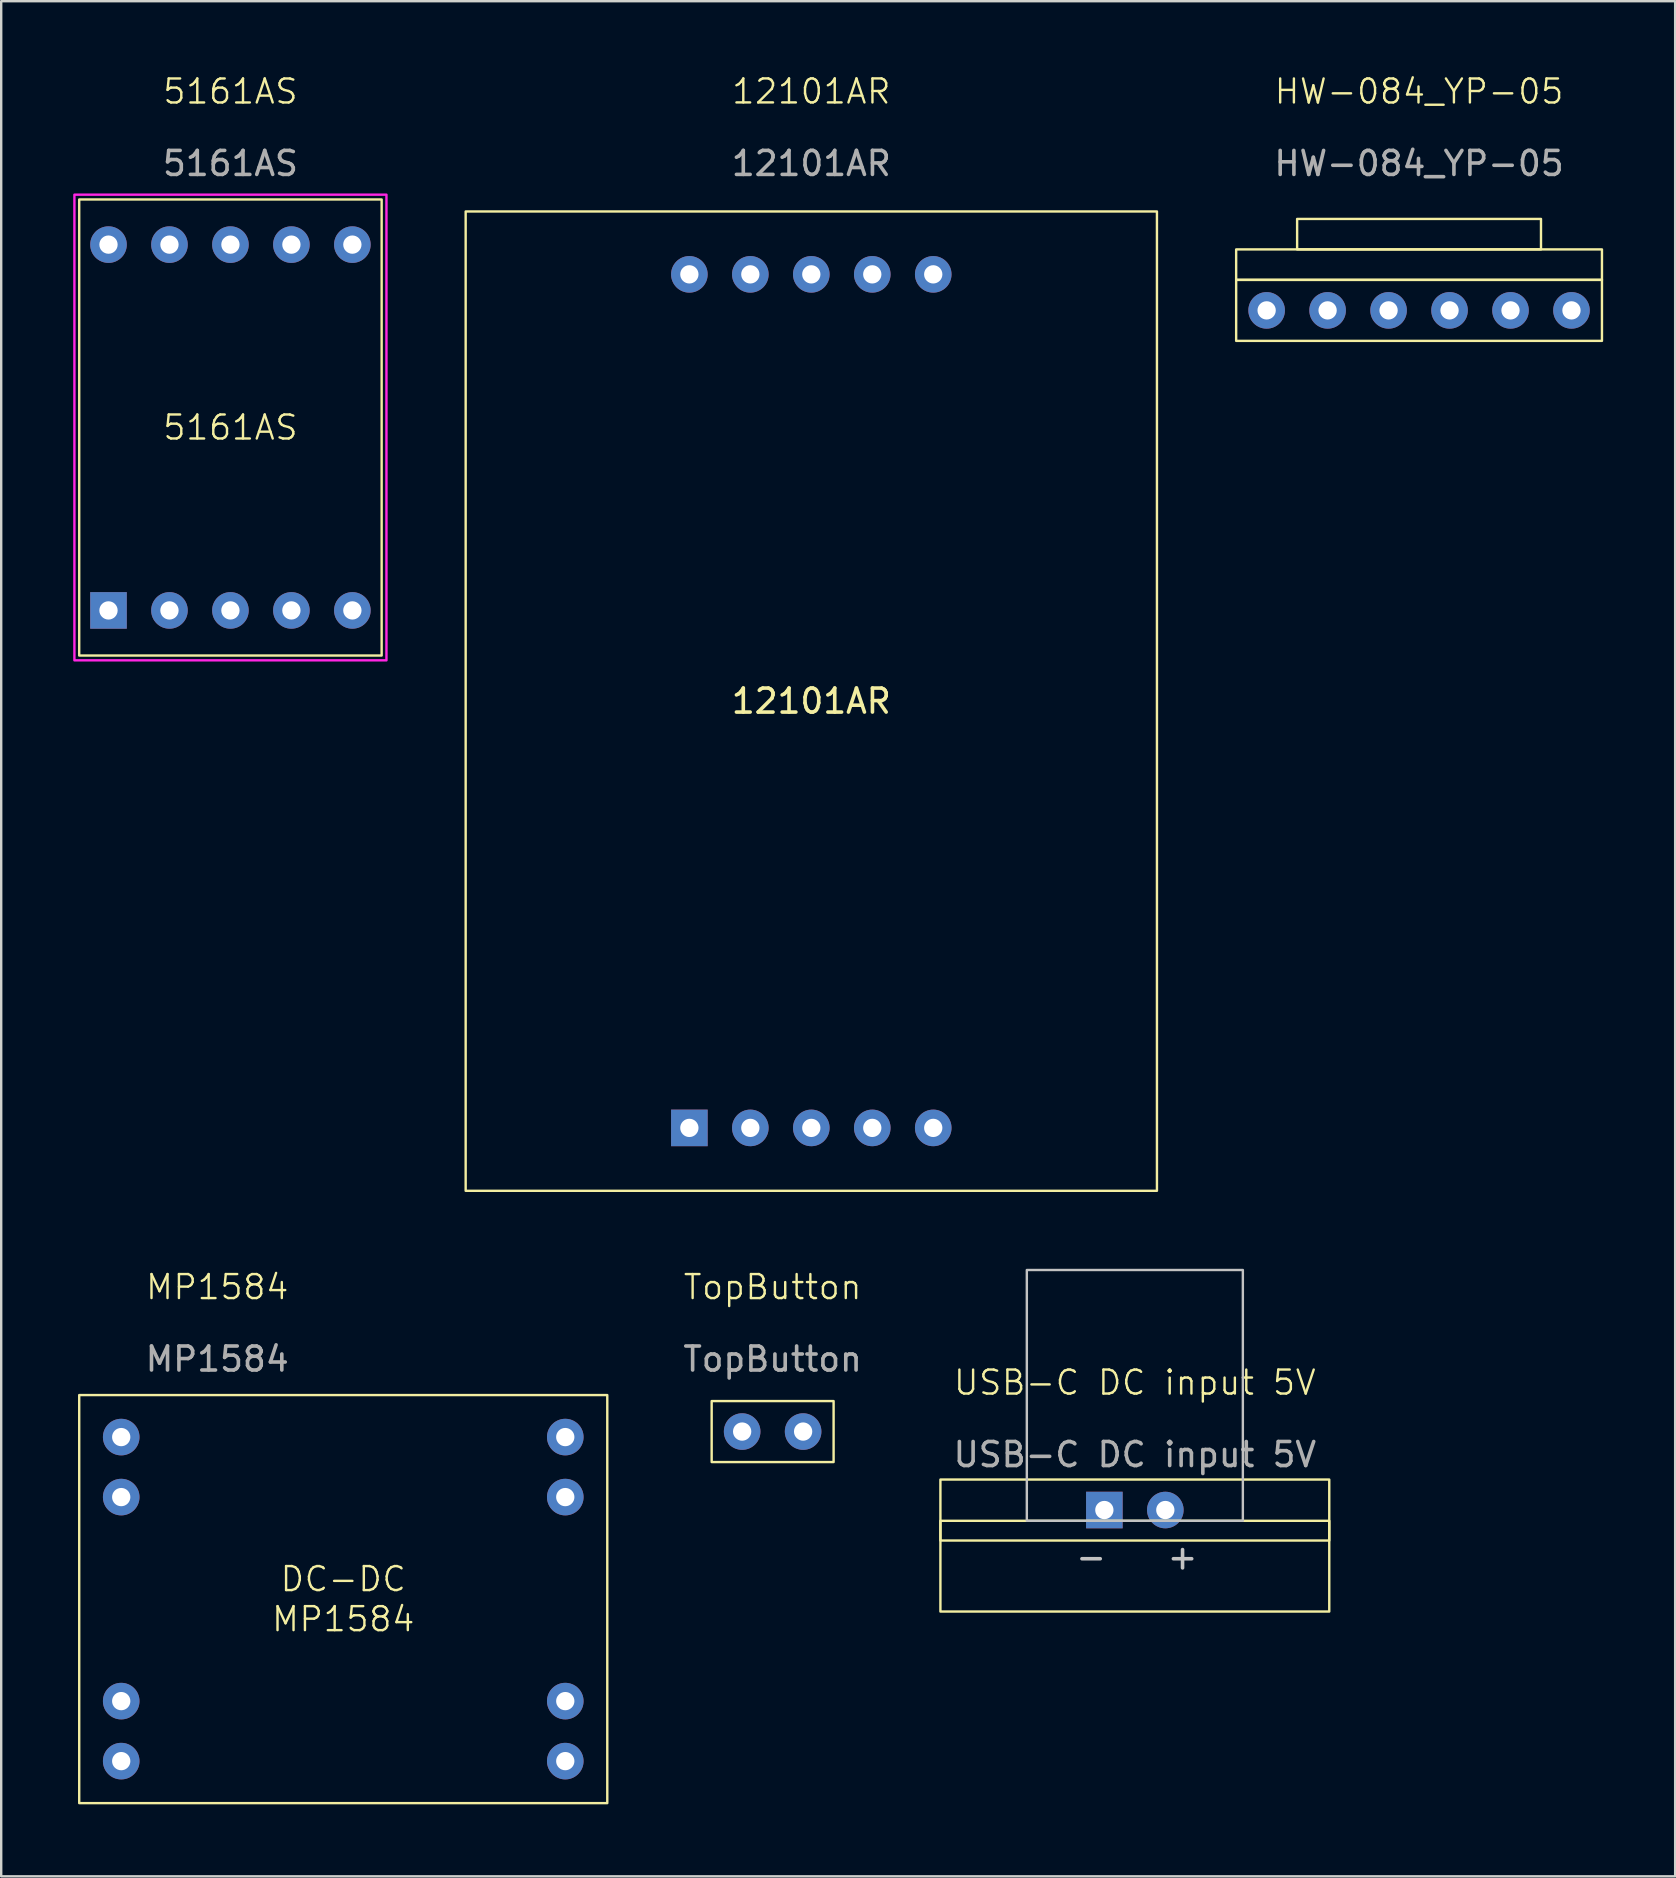
<source format=kicad_pcb>
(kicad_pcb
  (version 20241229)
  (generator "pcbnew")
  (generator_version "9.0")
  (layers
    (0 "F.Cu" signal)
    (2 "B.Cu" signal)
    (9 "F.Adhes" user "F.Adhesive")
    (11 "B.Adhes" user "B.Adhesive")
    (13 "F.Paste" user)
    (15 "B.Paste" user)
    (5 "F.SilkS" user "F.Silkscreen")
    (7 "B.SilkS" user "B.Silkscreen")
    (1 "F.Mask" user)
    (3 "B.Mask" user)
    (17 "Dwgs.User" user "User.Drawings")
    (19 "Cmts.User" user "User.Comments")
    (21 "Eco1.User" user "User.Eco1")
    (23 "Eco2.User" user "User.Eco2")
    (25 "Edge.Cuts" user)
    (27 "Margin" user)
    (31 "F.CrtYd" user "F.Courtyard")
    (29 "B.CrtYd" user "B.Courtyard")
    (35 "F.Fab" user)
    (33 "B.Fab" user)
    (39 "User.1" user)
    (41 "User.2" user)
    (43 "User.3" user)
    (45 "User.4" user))
  (footprint "12101AR"
    (layer "F.Cu")
    (at 30.75 26.16)
    (property "Reference" "12101AR" (at 0 -25.4 0) (unlocked yes) (layer "F.SilkS") (effects (font (size 1 1) (thickness 0.1))))
    (attr through_hole)
    (fp_rect (start -14.4 -20.4) (end 14.4 20.4) (stroke (width 0.1) (type solid)) (fill no) (layer "F.SilkS"))
    (fp_rect (start -14.6 -20.6) (end 14.6 20.6) (stroke (width 0.1) (type solid)) (fill no) (layer "Margin"))
    (fp_text user "12101AR" (at 0 0 0) (unlocked yes) (layer "F.SilkS") (effects (font (size 1 1) (thickness 0.15))))
    (fp_text user "${REFERENCE}" (at 0 -22.4 0) (unlocked yes) (layer "F.Fab") (effects (font (size 1 1) (thickness 0.15))))
    (pad "1" thru_hole rect (at -5.08 17.78) (size 1.524 1.524) (drill 0.762) (layers "*.Cu" "*.Mask"))
    (pad "2" thru_hole circle (at -2.54 17.78) (size 1.524 1.524) (drill 0.762) (layers "*.Cu" "*.Mask"))
    (pad "3" thru_hole circle (at 0 17.78) (size 1.524 1.524) (drill 0.762) (layers "*.Cu" "*.Mask"))
    (pad "4" thru_hole circle (at 2.54 17.78) (size 1.524 1.524) (drill 0.762) (layers "*.Cu" "*.Mask"))
    (pad "5" thru_hole circle (at 5.08 17.78) (size 1.524 1.524) (drill 0.762) (layers "*.Cu" "*.Mask"))
    (pad "6" thru_hole circle (at 5.08 -17.78) (size 1.524 1.524) (drill 0.762) (layers "*.Cu" "*.Mask"))
    (pad "7" thru_hole circle (at 2.54 -17.78) (size 1.524 1.524) (drill 0.762) (layers "*.Cu" "*.Mask"))
    (pad "8" thru_hole circle (at 0 -17.78) (size 1.524 1.524) (drill 0.762) (layers "*.Cu" "*.Mask"))
    (pad "9" thru_hole circle (at -2.54 -17.78) (size 1.524 1.524) (drill 0.762) (layers "*.Cu" "*.Mask"))
    (pad "10" thru_hole circle (at -5.08 -17.78) (size 1.524 1.524) (drill 0.762) (layers "*.Cu" "*.Mask")))
  (footprint "HW-084_YP-05"
    (layer "F.Cu")
    (at 56.07 8.611)
    (property "Reference" "HW-084_YP-05" (at 0 -7.85 0) (unlocked yes) (layer "F.SilkS") (effects (font (size 1 1) (thickness 0.1))))
    (attr through_hole)
    (fp_rect (start -7.62 -1.27) (end 7.62 0) (stroke (width 0.1) (type solid)) (fill no) (layer "F.SilkS"))
    (fp_rect (start -7.62 0) (end 7.62 2.54) (stroke (width 0.1) (type default)) (fill no) (layer "F.SilkS"))
    (fp_rect (start -5.08 -2.54) (end 5.08 -1.27) (stroke (width 0.1) (type default)) (fill no) (layer "F.SilkS"))
    (fp_text user "${REFERENCE}" (at 0 -4.85 0) (unlocked yes) (layer "F.Fab") (effects (font (size 1 1) (thickness 0.15))))
    (pad "1" thru_hole circle (at -6.35 1.27) (size 1.524 1.524) (drill 0.762) (layers "*.Cu" "*.Mask"))
    (pad "2" thru_hole circle (at -3.81 1.27) (size 1.524 1.524) (drill 0.762) (layers "*.Cu" "*.Mask"))
    (pad "3" thru_hole circle (at -1.27 1.27) (size 1.524 1.524) (drill 0.762) (layers "*.Cu" "*.Mask"))
    (pad "4" thru_hole circle (at 1.27 1.27) (size 1.524 1.524) (drill 0.762) (layers "*.Cu" "*.Mask"))
    (pad "5" thru_hole circle (at 3.81 1.27) (size 1.524 1.524) (drill 0.762) (layers "*.Cu" "*.Mask"))
    (pad "6" thru_hole circle (at 6.35 1.27) (size 1.524 1.524) (drill 0.762) (layers "*.Cu" "*.Mask")))
  (footprint "5161AS"
    (layer "F.Cu")
    (at 6.55 14.761)
    (property "Reference" "5161AS" (at 0 -14 0) (unlocked yes) (layer "F.SilkS") (effects (font (size 1 1) (thickness 0.1))))
    (attr through_hole)
    (fp_rect (start -6.3 -9.5) (end 6.3 9.5) (stroke (width 0.1) (type solid)) (fill no) (layer "F.SilkS"))
    (fp_rect (start -6.5 -9.7) (end 6.5 9.7) (stroke (width 0.1) (type solid)) (fill no) (layer "F.CrtYd"))
    (fp_text user "5161AS" (at 0 0 0) (unlocked yes) (layer "F.SilkS") (effects (font (size 1 1) (thickness 0.1))))
    (fp_text user "${REFERENCE}" (at 0 -11 0) (unlocked yes) (layer "F.Fab") (effects (font (size 1 1) (thickness 0.15))))
    (pad "1" thru_hole rect (at -5.08 7.62) (size 1.524 1.524) (drill 0.762) (layers "*.Cu" "*.Mask"))
    (pad "2" thru_hole circle (at -2.54 7.62) (size 1.524 1.524) (drill 0.762) (layers "*.Cu" "*.Mask"))
    (pad "3" thru_hole circle (at 0 7.62) (size 1.524 1.524) (drill 0.762) (layers "*.Cu" "*.Mask"))
    (pad "4" thru_hole circle (at 2.54 7.62) (size 1.524 1.524) (drill 0.762) (layers "*.Cu" "*.Mask"))
    (pad "5" thru_hole circle (at 5.08 7.62) (size 1.524 1.524) (drill 0.762) (layers "*.Cu" "*.Mask"))
    (pad "6" thru_hole circle (at 5.08 -7.62) (size 1.524 1.524) (drill 0.762) (layers "*.Cu" "*.Mask"))
    (pad "7" thru_hole circle (at 2.54 -7.62) (size 1.524 1.524) (drill 0.762) (layers "*.Cu" "*.Mask"))
    (pad "8" thru_hole circle (at 0 -7.62) (size 1.524 1.524) (drill 0.762) (layers "*.Cu" "*.Mask"))
    (pad "9" thru_hole circle (at -2.54 -7.62) (size 1.524 1.524) (drill 0.762) (layers "*.Cu" "*.Mask"))
    (pad "10" thru_hole circle (at -5.08 -7.62) (size 1.524 1.524) (drill 0.762) (layers "*.Cu" "*.Mask")))
  (footprint "MP1584"
    (layer "F.Cu")
    (at 0.25 55.071)
    (property "Reference" "MP1584" (at 5.75 -4.5 0) (unlocked yes) (layer "F.SilkS") (effects (font (size 1 1) (thickness 0.1))))
    (attr through_hole)
    (fp_rect (start 0 0) (end 22 17) (stroke (width 0.1) (type solid)) (fill no) (layer "F.SilkS"))
    (fp_text user "MP1584" (at 11 8.75 0) (unlocked yes) (layer "F.SilkS") (effects (font (size 1 1) (thickness 0.1)) (justify top)))
    (fp_text user "DC-DC" (at 11 8.25 0) (unlocked yes) (layer "F.SilkS") (effects (font (size 1 1) (thickness 0.1)) (justify bottom)))
    (fp_text user "${REFERENCE}" (at 5.75 -1.5 0) (unlocked yes) (layer "F.Fab") (effects (font (size 1 1) (thickness 0.15))))
    (pad "1" thru_hole circle (at 1.75 1.75) (size 1.524 1.524) (drill 0.762) (layers "*.Cu" "*.Mask"))
    (pad "2" thru_hole circle (at 1.75 4.25) (size 1.524 1.524) (drill 0.762) (layers "*.Cu" "*.Mask"))
    (pad "3" thru_hole circle (at 1.75 12.75) (size 1.524 1.524) (drill 0.762) (layers "*.Cu" "*.Mask"))
    (pad "4" thru_hole circle (at 1.75 15.25) (size 1.524 1.524) (drill 0.762) (layers "*.Cu" "*.Mask"))
    (pad "5" thru_hole circle (at 20.25 15.25) (size 1.524 1.524) (drill 0.762) (layers "*.Cu" "*.Mask"))
    (pad "6" thru_hole circle (at 20.25 12.75) (size 1.524 1.524) (drill 0.762) (layers "*.Cu" "*.Mask"))
    (pad "7" thru_hole circle (at 20.25 4.25) (size 1.524 1.524) (drill 0.762) (layers "*.Cu" "*.Mask"))
    (pad "8" thru_hole circle (at 20.25 1.75) (size 1.524 1.524) (drill 0.762) (layers "*.Cu" "*.Mask")))
  (footprint "USB-C DC input 5V"
    (layer "F.Cu")
    (at 44.229 58.59)
    (property "Reference" "USB-C DC input 5V" (at 0 -4.04 0) (unlocked yes) (layer "F.SilkS") (effects (font (size 1 1) (thickness 0.1))))
    (attr through_hole)
    (fp_rect (start -8.1 0) (end 8.1 5.5) (stroke (width 0.1) (type solid)) (fill no) (layer "F.SilkS"))
    (fp_rect (start -8.1 1.72) (end 8.1 2.54) (stroke (width 0.1) (type solid)) (fill no) (layer "F.SilkS"))
    (fp_rect (start -4.5 -8.73) (end 4.5 1.72) (stroke (width 0.1) (type solid)) (fill no) (layer "Dwgs.User"))
    (fp_rect (start -8.2 0) (end 8.2 5.6) (stroke (width 0.1) (type solid)) (fill no) (layer "Margin"))
    (fp_text user "+" (at 1.27 3.81 0) (unlocked yes) (layer "Dwgs.User") (effects (font (size 1 1) (thickness 0.15)) (justify left bottom)))
    (fp_text user "-" (at -2.54 3.81 0) (unlocked yes) (layer "Dwgs.User") (effects (font (size 1 1) (thickness 0.15)) (justify left bottom)))
    (fp_text user "${REFERENCE}" (at 0 -1.04 0) (unlocked yes) (layer "F.Fab") (effects (font (size 1 1) (thickness 0.15))))
    (pad "1" thru_hole rect (at -1.27 1.27) (size 1.524 1.524) (drill 0.762) (layers "*.Cu" "*.Mask"))
    (pad "2" thru_hole circle (at 1.27 1.27) (size 1.524 1.524) (drill 0.762) (layers "*.Cu" "*.Mask")))
  (footprint "TopButton"
    (layer "F.Cu")
    (at 29.139 55.321)
    (property "Reference" "TopButton" (at 0 -4.75 0) (unlocked yes) (layer "F.SilkS") (effects (font (size 1 1) (thickness 0.1))))
    (attr through_hole)
    (fp_rect (start -2.54 0) (end 2.54 2.54) (stroke (width 0.1) (type default)) (fill no) (layer "F.SilkS"))
    (fp_text user "${REFERENCE}" (at 0 -1.75 0) (unlocked yes) (layer "F.Fab") (effects (font (size 1 1) (thickness 0.15))))
    (pad "1" thru_hole circle (at -1.27 1.27) (size 1.524 1.524) (drill 0.762) (layers "*.Cu" "*.Mask"))
    (pad "2" thru_hole circle (at 1.27 1.27) (size 1.524 1.524) (drill 0.762) (layers "*.Cu" "*.Mask")))
  (gr_rect
    (start -3 -3)
    (end 66.74 75.121)
    (stroke (width 0.1) (type default))
    (fill no)
    (layer "Edge.Cuts")))
</source>
